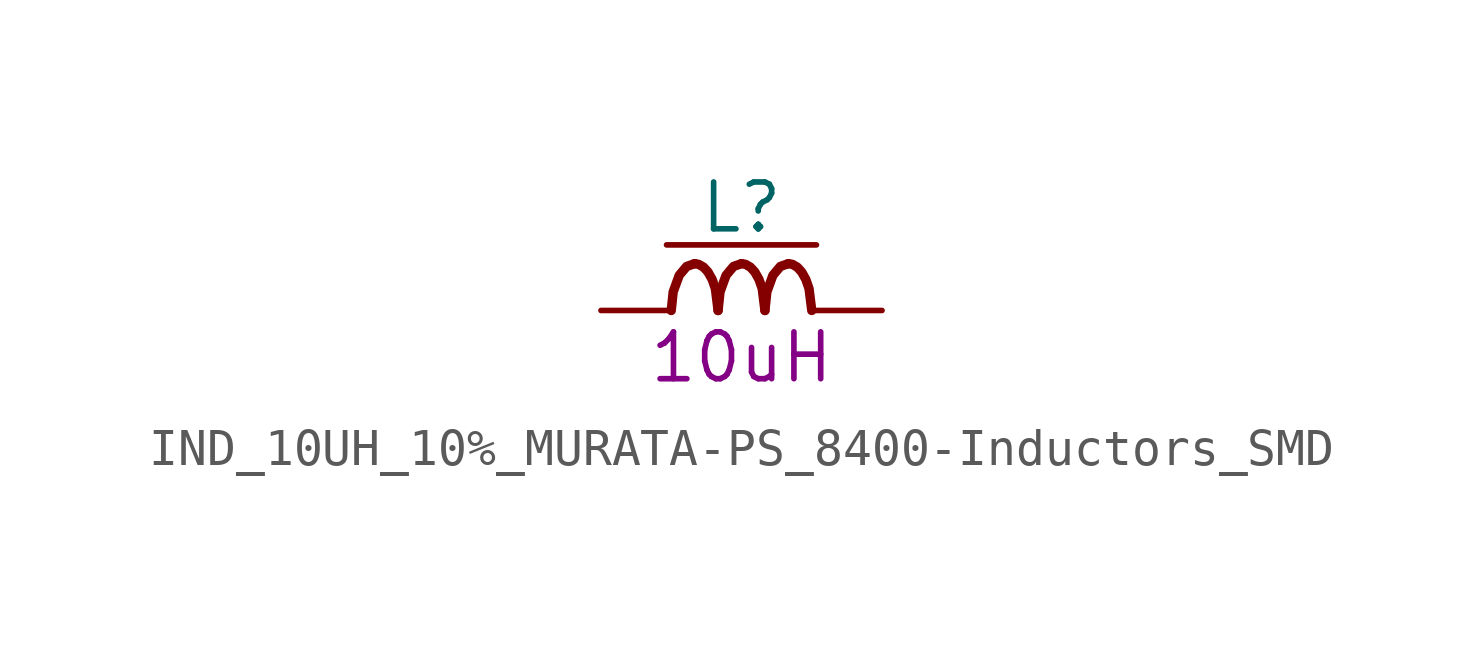
<source format=kicad_sym>
(kicad_symbol_lib
  (version 20200126)
  (host kicad_symbol_editor "(5.99.0-2809-gaceed2b0a4)")
  (symbol "LCD_Board-rescue:IND_10UH_10%_MURATA-PS_8400-Inductors_SMD"
    (pin_names
      (offset 1.27))
    (property "Reference" "L"
      (at 3.81 2.794 0)
      (effects (font (size 1.27 1.27))))
    (property "Val" "10uH"
      (at 3.81 -1.27 0)
      (effects (font (size 1.27 1.27))))
    (property "ki_locked" ""
      (at 0 0 0)
      (effects (font (size 1.27 1.27))))
    (symbol "IND_10UH_10%_MURATA-PS_8400-Inductors_SMD_0_1"
      (polyline (pts (xy 1.778 1.778) (xy 5.842 1.778)) (stroke (width 0)) (fill (type none)))
      (bezier (pts (xy 2.54 1.27) (xy 2.184 1.27) (xy 1.905 0.686) (xy 1.905 0)) (stroke (width 0.254)) (fill (type none)))
      (bezier (pts (xy 3.175 0) (xy 3.175 0.686) (xy 2.896 1.27) (xy 2.54 1.27)) (stroke (width 0.254)) (fill (type none)))
      (bezier (pts (xy 3.81 1.27) (xy 3.454 1.27) (xy 3.175 0.686) (xy 3.175 0)) (stroke (width 0.254)) (fill (type none)))
      (bezier (pts (xy 4.445 0) (xy 4.445 0.686) (xy 4.166 1.27) (xy 3.81 1.27)) (stroke (width 0.254)) (fill (type none)))
      (bezier (pts (xy 5.08 1.27) (xy 4.724 1.27) (xy 4.445 0.686) (xy 4.445 0)) (stroke (width 0.254)) (fill (type none)))
      (bezier (pts (xy 5.715 0) (xy 5.715 0.686) (xy 5.436 1.27) (xy 5.08 1.27)) (stroke (width 0.254)) (fill (type none)))
      (pin passive line (at 0 0 0) (length 1.905) (name "1" (effects (font (size 0 0)))) (number "1" (effects (font (size 0 0)))))
      (pin passive line (at 7.62 0 180) (length 1.905) (name "2" (effects (font (size 0 0)))) (number "2" (effects (font (size 0 0))))))))
</source>
